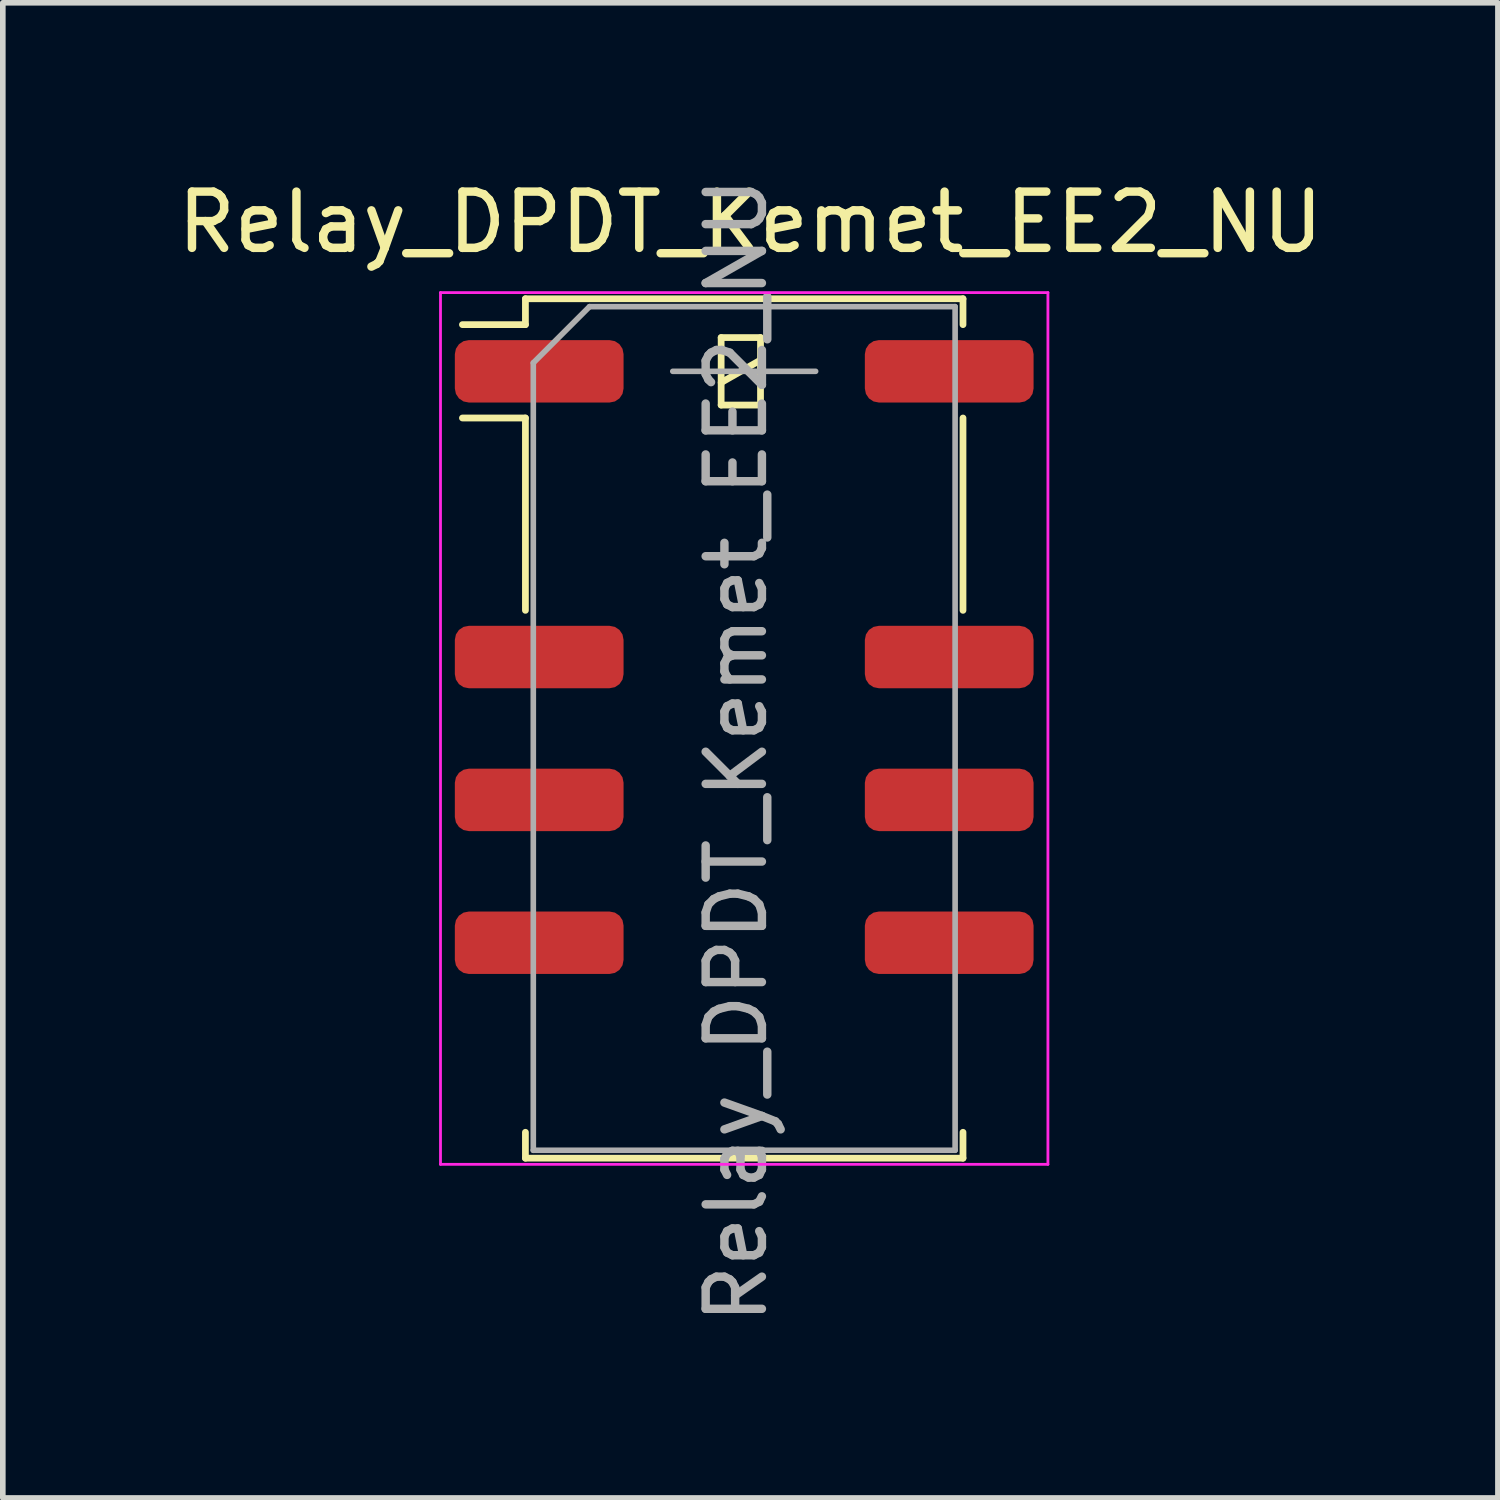
<source format=kicad_pcb>
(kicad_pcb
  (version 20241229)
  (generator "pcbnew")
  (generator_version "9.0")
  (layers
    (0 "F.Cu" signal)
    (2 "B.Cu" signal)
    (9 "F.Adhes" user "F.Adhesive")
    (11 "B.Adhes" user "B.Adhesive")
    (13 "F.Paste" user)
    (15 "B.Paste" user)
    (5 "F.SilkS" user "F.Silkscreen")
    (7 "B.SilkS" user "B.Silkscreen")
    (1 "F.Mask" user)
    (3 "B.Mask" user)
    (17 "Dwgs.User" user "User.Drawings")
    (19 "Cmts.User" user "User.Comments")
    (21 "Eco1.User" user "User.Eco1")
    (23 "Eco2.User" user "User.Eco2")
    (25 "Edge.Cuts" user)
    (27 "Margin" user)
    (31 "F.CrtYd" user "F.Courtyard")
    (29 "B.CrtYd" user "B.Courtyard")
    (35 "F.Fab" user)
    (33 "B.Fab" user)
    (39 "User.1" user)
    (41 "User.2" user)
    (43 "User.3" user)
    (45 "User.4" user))
  (footprint "Relay_DPDT_Kemet_EE2_NU"
    (layer "F.Cu")
    (at 10.182 9.902)
    (property "Reference" "Relay_DPDT_Kemet_EE2_NU" (at 0.11 -9 180) (layer "F.SilkS") (effects (font (size 1 1) (thickness 0.15))))
    (attr smd)
    (fp_line (start -3.89 -7.64) (end -3.89 -7.18) (stroke (width 0.12) (type solid)) (layer "F.SilkS"))
    (fp_line (start -3.89 -7.18) (end -5.01 -7.18) (stroke (width 0.12) (type solid)) (layer "F.SilkS"))
    (fp_line (start -3.89 -5.52) (end -5.01 -5.52) (stroke (width 0.12) (type solid)) (layer "F.SilkS"))
    (fp_line (start -3.89 -5.52) (end -3.89 -2.1) (stroke (width 0.12) (type solid)) (layer "F.SilkS"))
    (fp_line (start -3.89 7.18) (end -3.89 7.64) (stroke (width 0.12) (type solid)) (layer "F.SilkS"))
    (fp_line (start -0.41 -6.95) (end -0.41 -5.75) (stroke (width 0.12) (type solid)) (layer "F.SilkS"))
    (fp_line (start -0.41 -6.15) (end 0.29 -6.55) (stroke (width 0.12) (type solid)) (layer "F.SilkS"))
    (fp_line (start -0.41 -5.75) (end 0.29 -5.75) (stroke (width 0.12) (type solid)) (layer "F.SilkS"))
    (fp_line (start 0.29 -6.95) (end -0.41 -6.95) (stroke (width 0.12) (type solid)) (layer "F.SilkS"))
    (fp_line (start 0.29 -5.75) (end 0.29 -6.95) (stroke (width 0.12) (type solid)) (layer "F.SilkS"))
    (fp_line (start 3.89 -7.64) (end -3.89 -7.64) (stroke (width 0.12) (type solid)) (layer "F.SilkS"))
    (fp_line (start 3.89 -7.64) (end 3.89 -7.18) (stroke (width 0.12) (type solid)) (layer "F.SilkS"))
    (fp_line (start 3.89 -5.52) (end 3.89 -2.1) (stroke (width 0.12) (type solid)) (layer "F.SilkS"))
    (fp_line (start 3.89 7.18) (end 3.89 7.64) (stroke (width 0.12) (type solid)) (layer "F.SilkS"))
    (fp_line (start 3.89 7.64) (end -3.89 7.64) (stroke (width 0.12) (type solid)) (layer "F.SilkS"))
    (fp_line (start -5.4 -7.75) (end -5.4 7.75) (stroke (width 0.05) (type solid)) (layer "F.CrtYd"))
    (fp_line (start -5.4 7.75) (end 5.4 7.75) (stroke (width 0.05) (type solid)) (layer "F.CrtYd"))
    (fp_line (start 5.4 -7.75) (end -5.4 -7.75) (stroke (width 0.05) (type solid)) (layer "F.CrtYd"))
    (fp_line (start 5.4 -7.75) (end 5.4 7.75) (stroke (width 0.05) (type solid)) (layer "F.CrtYd"))
    (fp_line (start -3.75 -6.5) (end -3.75 7.5) (stroke (width 0.1) (type solid)) (layer "F.Fab"))
    (fp_line (start -3.75 -6.5) (end -2.75 -7.5) (stroke (width 0.1) (type solid)) (layer "F.Fab"))
    (fp_line (start -1.27 -6.35) (end 1.27 -6.35) (stroke (width 0.1) (type solid)) (layer "F.Fab"))
    (fp_line (start 3.75 -7.5) (end -2.75 -7.5) (stroke (width 0.1) (type solid)) (layer "F.Fab"))
    (fp_line (start 3.75 -7.5) (end 3.75 7.5) (stroke (width 0.1) (type solid)) (layer "F.Fab"))
    (fp_line (start 3.75 7.5) (end -3.75 7.5) (stroke (width 0.1) (type solid)) (layer "F.Fab"))
    (fp_text user "${REFERENCE}" (at -0.14 0.39 90) (layer "F.Fab") (effects (font (size 1 1) (thickness 0.15))))
    (pad "1" smd roundrect (at -3.645 -6.35 270) (size 1.11 3) (layers "F.Cu" "F.Mask" "F.Paste") (roundrect_rratio 0.225))
    (pad "3" smd roundrect (at -3.645 -1.27 270) (size 1.11 3) (layers "F.Cu" "F.Mask" "F.Paste") (roundrect_rratio 0.225))
    (pad "4" smd roundrect (at -3.645 1.27 270) (size 1.11 3) (layers "F.Cu" "F.Mask" "F.Paste") (roundrect_rratio 0.225))
    (pad "5" smd roundrect (at -3.645 3.81 270) (size 1.11 3) (layers "F.Cu" "F.Mask" "F.Paste") (roundrect_rratio 0.225))
    (pad "8" smd roundrect (at 3.645 3.81 270) (size 1.11 3) (layers "F.Cu" "F.Mask" "F.Paste") (roundrect_rratio 0.225))
    (pad "9" smd roundrect (at 3.645 1.27 270) (size 1.11 3) (layers "F.Cu" "F.Mask" "F.Paste") (roundrect_rratio 0.225))
    (pad "10" smd roundrect (at 3.645 -1.27 270) (size 1.11 3) (layers "F.Cu" "F.Mask" "F.Paste") (roundrect_rratio 0.225))
    (pad "12" smd roundrect (at 3.645 -6.35 270) (size 1.11 3) (layers "F.Cu" "F.Mask" "F.Paste") (roundrect_rratio 0.225)))
  (gr_rect
    (start -3 -3)
    (end 23.583 23.583)
    (stroke (width 0.1) (type default))
    (fill no)
    (layer "Edge.Cuts")))
</source>
